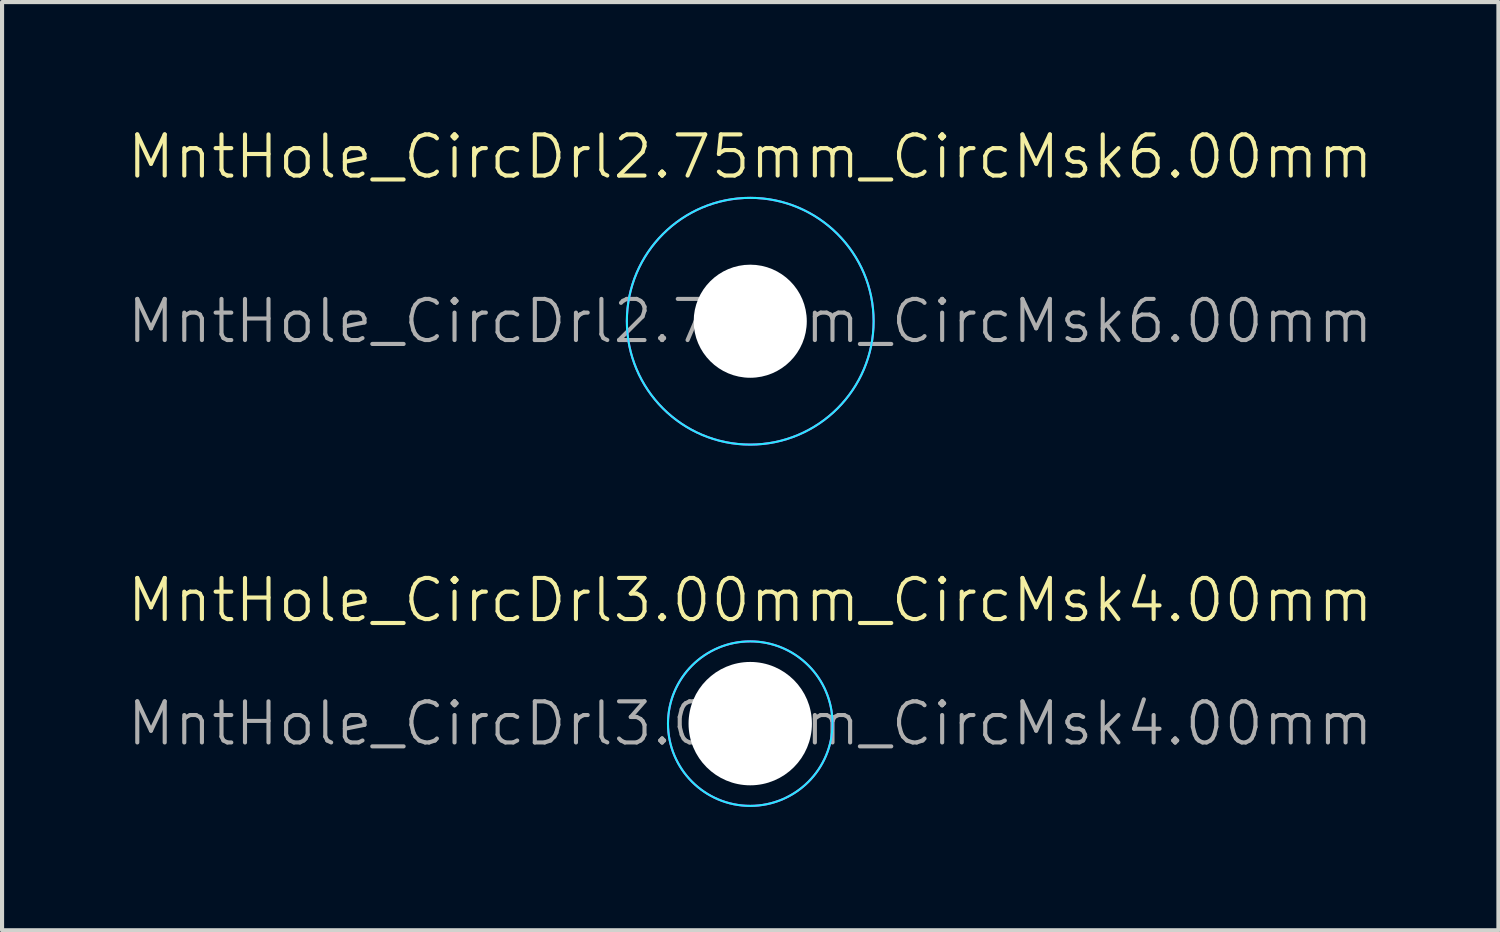
<source format=kicad_pcb>
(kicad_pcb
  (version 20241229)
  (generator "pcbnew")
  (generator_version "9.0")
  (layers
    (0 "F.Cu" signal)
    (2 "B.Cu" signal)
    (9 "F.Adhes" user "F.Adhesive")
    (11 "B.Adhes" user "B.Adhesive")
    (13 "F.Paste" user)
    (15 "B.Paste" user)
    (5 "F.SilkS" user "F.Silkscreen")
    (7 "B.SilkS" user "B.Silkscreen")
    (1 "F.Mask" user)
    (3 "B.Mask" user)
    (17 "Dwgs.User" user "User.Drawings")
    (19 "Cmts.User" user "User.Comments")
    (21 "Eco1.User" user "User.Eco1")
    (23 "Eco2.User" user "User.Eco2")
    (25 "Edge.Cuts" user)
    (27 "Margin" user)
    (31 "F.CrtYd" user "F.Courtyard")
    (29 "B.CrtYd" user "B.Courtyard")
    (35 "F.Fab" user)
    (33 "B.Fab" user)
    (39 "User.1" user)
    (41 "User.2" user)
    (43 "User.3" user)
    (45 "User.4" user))
  (footprint "MntHole_CircDrl2.75mm_CircMsk6.00mm"
    (layer "F.Cu")
    (at 15.193 4.761)
    (property "Reference" "MntHole_CircDrl2.75mm_CircMsk6.00mm" (at 0 -4 0) (unlocked yes) (layer "F.SilkS") (effects (font (size 1 1) (thickness 0.1))))
    (fp_circle (center 0 0) (end 3 0) (stroke (width 0.05) (type default)) (fill no) (layer "B.CrtYd"))
    (fp_circle (center 0 0) (end 3 0) (stroke (width 0.05) (type default)) (fill no) (layer "F.CrtYd"))
    (fp_text user "${REFERENCE}" (at 0 0 0) (unlocked yes) (layer "F.Fab") (effects (font (size 1 1) (thickness 0.1))))
    (pad "" np_thru_hole circle (at 0 0) (size 2.75 2.75) (drill 2.75) (layers "*.Cu" "*.Mask")))
  (footprint "MntHole_CircDrl3.00mm_CircMsk4.00mm"
    (layer "F.Cu")
    (at 15.193 14.546)
    (property "Reference" "MntHole_CircDrl3.00mm_CircMsk4.00mm" (at 0 -3 0) (unlocked yes) (layer "F.SilkS") (effects (font (size 1 1) (thickness 0.1))))
    (fp_circle (center 0 0) (end 2 0) (stroke (width 0.05) (type default)) (fill no) (layer "B.CrtYd"))
    (fp_circle (center 0 0) (end 2 0) (stroke (width 0.05) (type default)) (fill no) (layer "F.CrtYd"))
    (fp_text user "${REFERENCE}" (at 0 0 0) (unlocked yes) (layer "F.Fab") (effects (font (size 1 1) (thickness 0.1))))
    (pad "" np_thru_hole circle (at 0 0) (size 3 3) (drill 3) (layers "*.Cu" "*.Mask")))
  (gr_rect
    (start -3 -3)
    (end 33.386 19.571)
    (stroke (width 0.1) (type default))
    (fill no)
    (layer "Edge.Cuts")))
</source>
